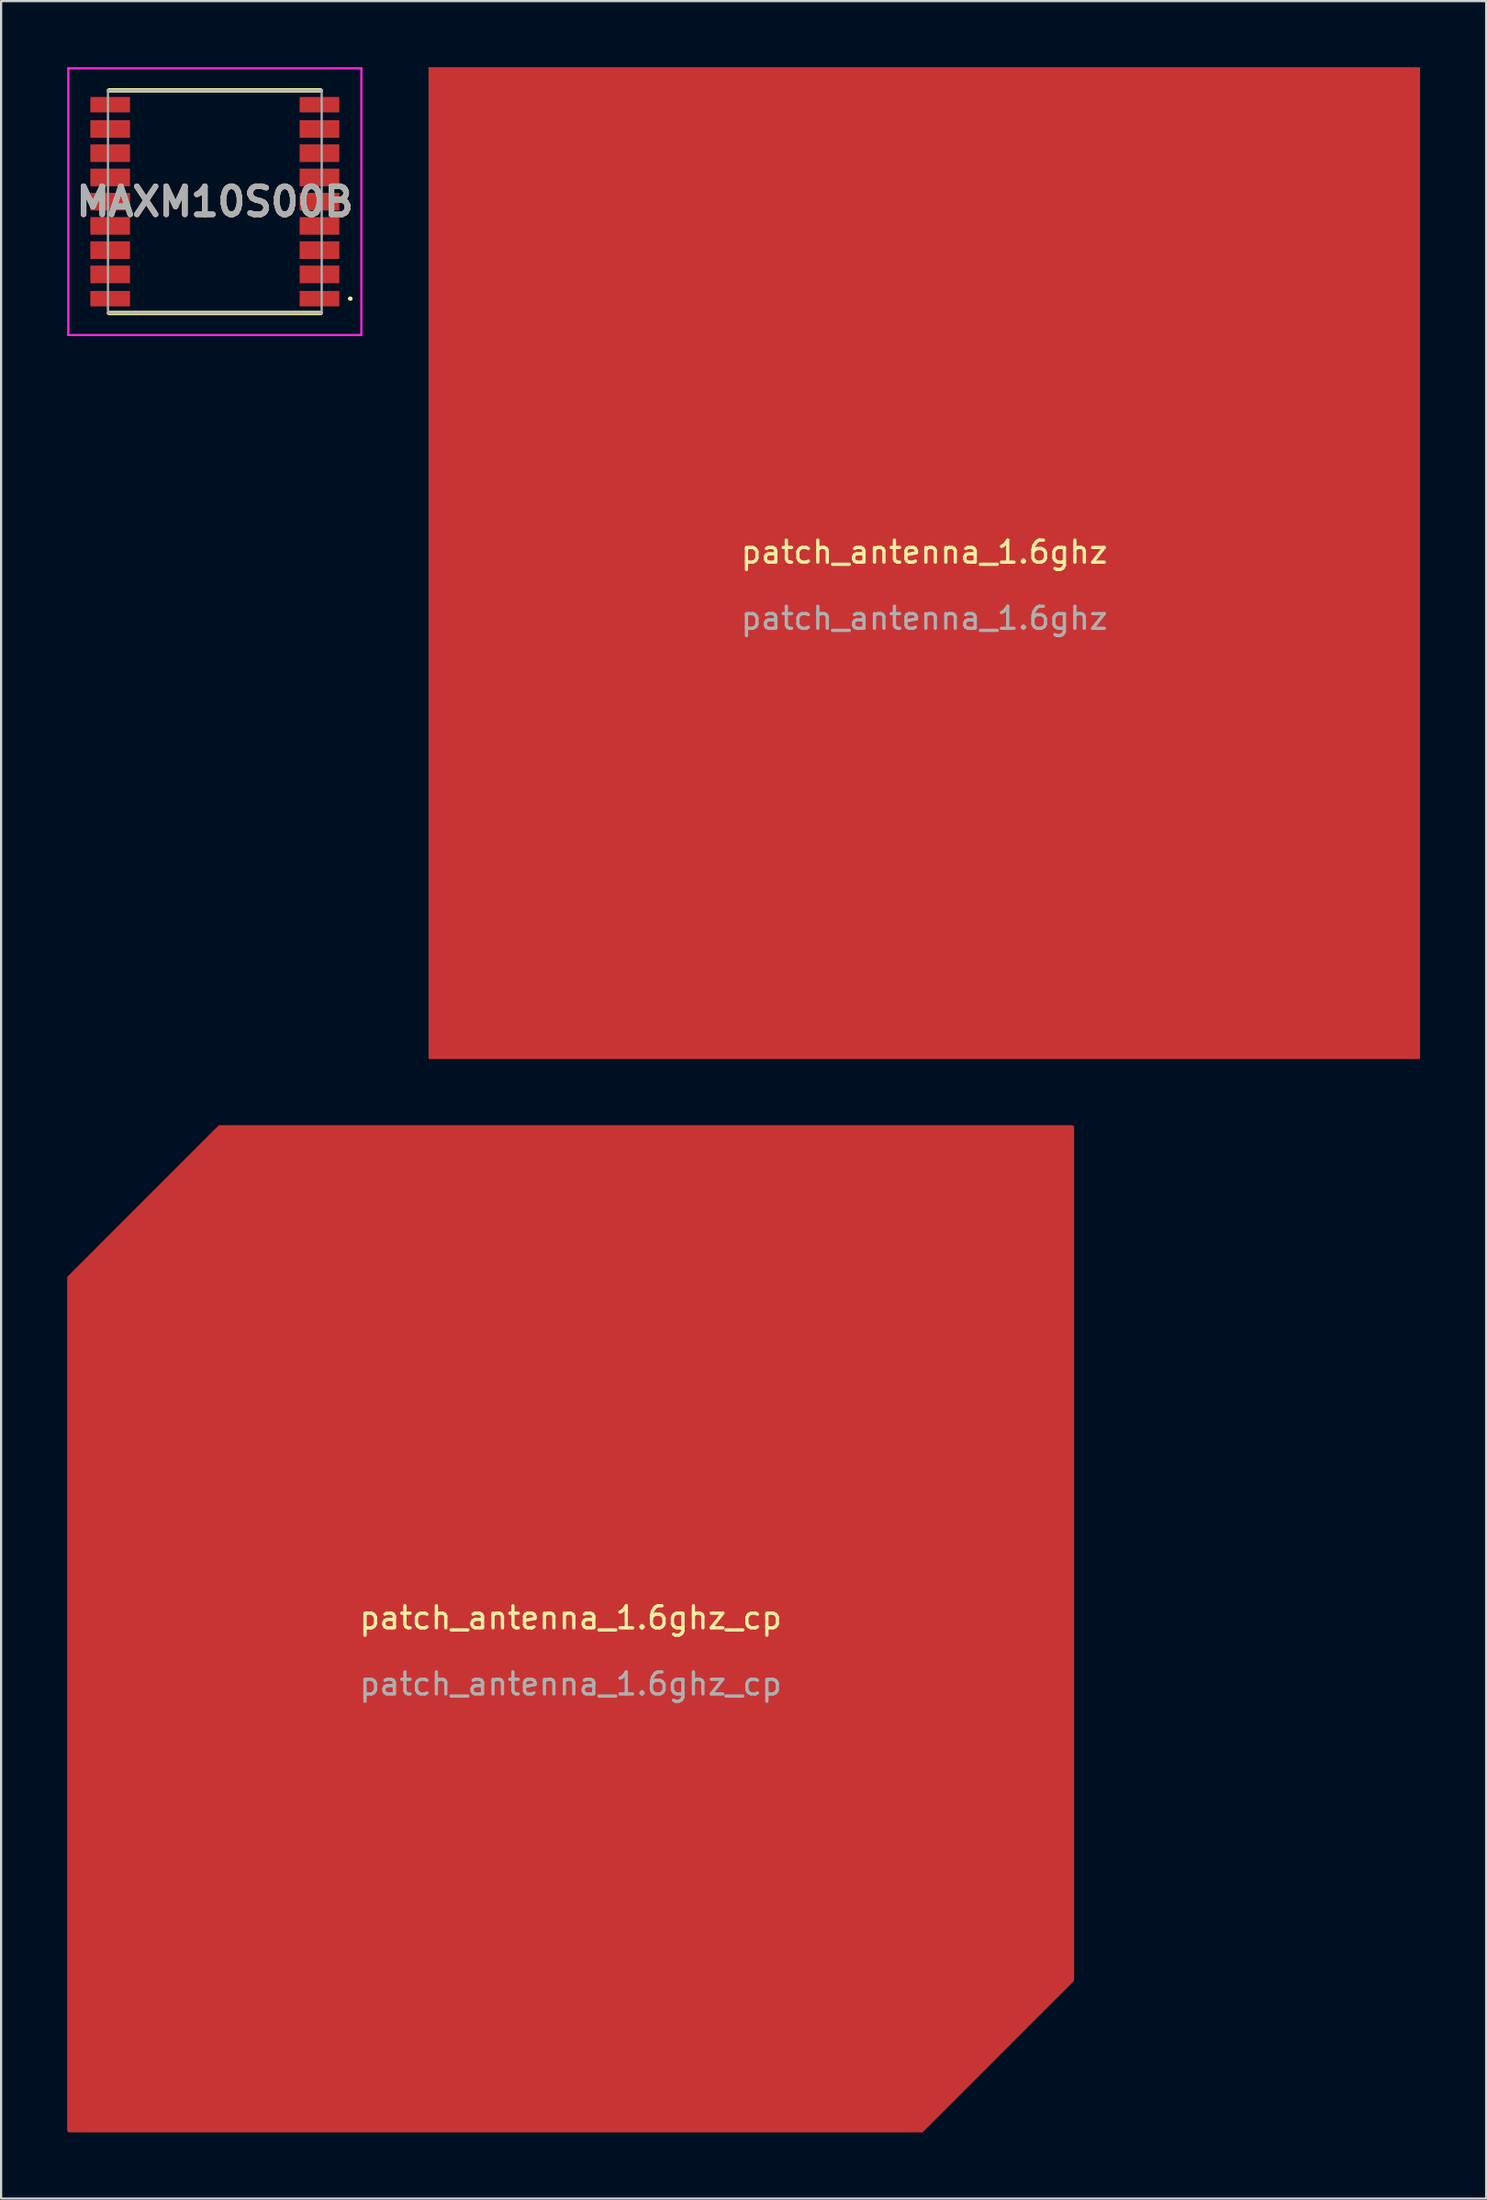
<source format=kicad_pcb>
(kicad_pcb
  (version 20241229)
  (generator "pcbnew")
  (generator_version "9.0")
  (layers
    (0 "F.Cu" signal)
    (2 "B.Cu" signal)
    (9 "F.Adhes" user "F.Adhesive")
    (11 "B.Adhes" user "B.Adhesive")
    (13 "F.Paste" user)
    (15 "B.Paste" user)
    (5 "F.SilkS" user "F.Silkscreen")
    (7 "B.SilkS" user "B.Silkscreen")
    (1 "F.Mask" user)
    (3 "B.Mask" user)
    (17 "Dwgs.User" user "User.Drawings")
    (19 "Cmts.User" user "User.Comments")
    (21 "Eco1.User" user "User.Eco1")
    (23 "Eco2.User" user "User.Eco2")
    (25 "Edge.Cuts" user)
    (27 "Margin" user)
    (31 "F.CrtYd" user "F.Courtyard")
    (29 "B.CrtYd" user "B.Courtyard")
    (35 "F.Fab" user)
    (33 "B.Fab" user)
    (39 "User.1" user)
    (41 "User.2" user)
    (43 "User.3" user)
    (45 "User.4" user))
  (footprint "patch_antenna_1.6ghz"
    (layer "F.Cu")
    (at 38.9 22.5)
    (property "Reference" "patch_antenna_1.6ghz" (at 0 -0.5 0) (unlocked yes) (layer "F.SilkS") (effects (font (size 1 1) (thickness 0.15))))
    (attr smd)
    (fp_text user "${REFERENCE}" (at 0 2.5 0) (unlocked yes) (layer "F.Fab") (effects (font (size 1 1) (thickness 0.15))))
    (pad "1" smd rect (at 0 0) (size 45 45) (layers "F.Cu")))
  (footprint "patch_antenna_1.6ghz_cp"
    (layer "F.Cu")
    (at 22.85 70.85)
    (property "Reference" "patch_antenna_1.6ghz_cp" (at 0 -0.5 0) (unlocked yes) (layer "F.SilkS") (effects (font (size 1 1) (thickness 0.15))))
    (attr smd)
    (fp_poly (pts (xy 22.75 15.925) (xy 15.925 22.75) (xy -22.75 22.75) (xy -22.75 -15.925) (xy -15.925 -22.75) (xy 22.75 -22.75)) (stroke (width 0.2) (type solid)) (fill yes) (layer "F.Cu"))
    (fp_text user "${REFERENCE}" (at 0 2.5 0) (unlocked yes) (layer "F.Fab") (effects (font (size 1 1) (thickness 0.15))))
    (pad "1" smd circle (at 0 0) (size 10 10) (layers "F.Cu")))
  (footprint "MAXM10S00B"
    (layer "F.Cu")
    (at 6.7 6.1)
    (property "Reference" "MAXM10S00B" (at 0 0 0) (layer "F.SilkS") (effects (font (size 1.27 1.27) (thickness 0.254))))
    (attr smd)
    (fp_line (start 4.8 -5.05) (end -4.8 -5.05) (stroke (width 0.2) (type solid)) (layer "F.SilkS"))
    (fp_line (start 4.8 5.05) (end -4.8 5.05) (stroke (width 0.2) (type solid)) (layer "F.SilkS"))
    (fp_line (start 6.1 4.4) (end 6.1 4.4) (stroke (width 0.1) (type solid)) (layer "F.SilkS"))
    (fp_line (start 6.2 4.4) (end 6.2 4.4) (stroke (width 0.1) (type solid)) (layer "F.SilkS"))
    (fp_arc (start 6.1 4.4) (mid 6.15 4.35) (end 6.2 4.4) (stroke (width 0.1) (type solid)) (layer "F.SilkS"))
    (fp_arc (start 6.2 4.4) (mid 6.15 4.45) (end 6.1 4.4) (stroke (width 0.1) (type solid)) (layer "F.SilkS"))
    (fp_line (start -6.65 -6.05) (end 6.65 -6.05) (stroke (width 0.1) (type solid)) (layer "F.CrtYd"))
    (fp_line (start -6.65 6.05) (end -6.65 -6.05) (stroke (width 0.1) (type solid)) (layer "F.CrtYd"))
    (fp_line (start 6.65 -6.05) (end 6.65 6.05) (stroke (width 0.1) (type solid)) (layer "F.CrtYd"))
    (fp_line (start 6.65 6.05) (end -6.65 6.05) (stroke (width 0.1) (type solid)) (layer "F.CrtYd"))
    (fp_line (start -4.85 -5.05) (end 4.85 -5.05) (stroke (width 0.1) (type solid)) (layer "F.Fab"))
    (fp_line (start -4.85 5.05) (end -4.85 -5.05) (stroke (width 0.1) (type solid)) (layer "F.Fab"))
    (fp_line (start 4.85 -5.05) (end 4.85 5.05) (stroke (width 0.1) (type solid)) (layer "F.Fab"))
    (fp_line (start 4.85 5.05) (end -4.85 5.05) (stroke (width 0.1) (type solid)) (layer "F.Fab"))
    (fp_text user "${REFERENCE}" (at 0 0 0) (layer "F.Fab") (effects (font (size 1.27 1.27) (thickness 0.254))))
    (pad "1" smd rect (at 4.75 4.4 90) (size 0.7 1.8) (layers "F.Cu" "F.Mask" "F.Paste"))
    (pad "2" smd rect (at 4.75 3.3 90) (size 0.8 1.8) (layers "F.Cu" "F.Mask" "F.Paste"))
    (pad "3" smd rect (at 4.75 2.2 90) (size 0.8 1.8) (layers "F.Cu" "F.Mask" "F.Paste"))
    (pad "4" smd rect (at 4.75 1.1 90) (size 0.8 1.8) (layers "F.Cu" "F.Mask" "F.Paste"))
    (pad "5" smd rect (at 4.75 0 90) (size 0.8 1.8) (layers "F.Cu" "F.Mask" "F.Paste"))
    (pad "6" smd rect (at 4.75 -1.1 90) (size 0.8 1.8) (layers "F.Cu" "F.Mask" "F.Paste"))
    (pad "7" smd rect (at 4.75 -2.2 90) (size 0.8 1.8) (layers "F.Cu" "F.Mask" "F.Paste"))
    (pad "8" smd rect (at 4.75 -3.3 90) (size 0.8 1.8) (layers "F.Cu" "F.Mask" "F.Paste"))
    (pad "9" smd rect (at 4.75 -4.4 90) (size 0.7 1.8) (layers "F.Cu" "F.Mask" "F.Paste"))
    (pad "10" smd rect (at -4.75 -4.4 90) (size 0.7 1.8) (layers "F.Cu" "F.Mask" "F.Paste"))
    (pad "11" smd rect (at -4.75 -3.3 90) (size 0.8 1.8) (layers "F.Cu" "F.Mask" "F.Paste"))
    (pad "12" smd rect (at -4.75 -2.2 90) (size 0.8 1.8) (layers "F.Cu" "F.Mask" "F.Paste"))
    (pad "13" smd rect (at -4.75 -1.1 90) (size 0.8 1.8) (layers "F.Cu" "F.Mask" "F.Paste"))
    (pad "14" smd rect (at -4.75 0 90) (size 0.8 1.8) (layers "F.Cu" "F.Mask" "F.Paste"))
    (pad "15" smd rect (at -4.75 1.1 90) (size 0.8 1.8) (layers "F.Cu" "F.Mask" "F.Paste"))
    (pad "16" smd rect (at -4.75 2.2 90) (size 0.8 1.8) (layers "F.Cu" "F.Mask" "F.Paste"))
    (pad "17" smd rect (at -4.75 3.3 90) (size 0.8 1.8) (layers "F.Cu" "F.Mask" "F.Paste"))
    (pad "18" smd rect (at -4.75 4.4 90) (size 0.7 1.8) (layers "F.Cu" "F.Mask" "F.Paste")))
  (gr_rect
    (start -3 -3)
    (end 64.4 96.7)
    (stroke (width 0.1) (type default))
    (fill no)
    (layer "Edge.Cuts")))
</source>
